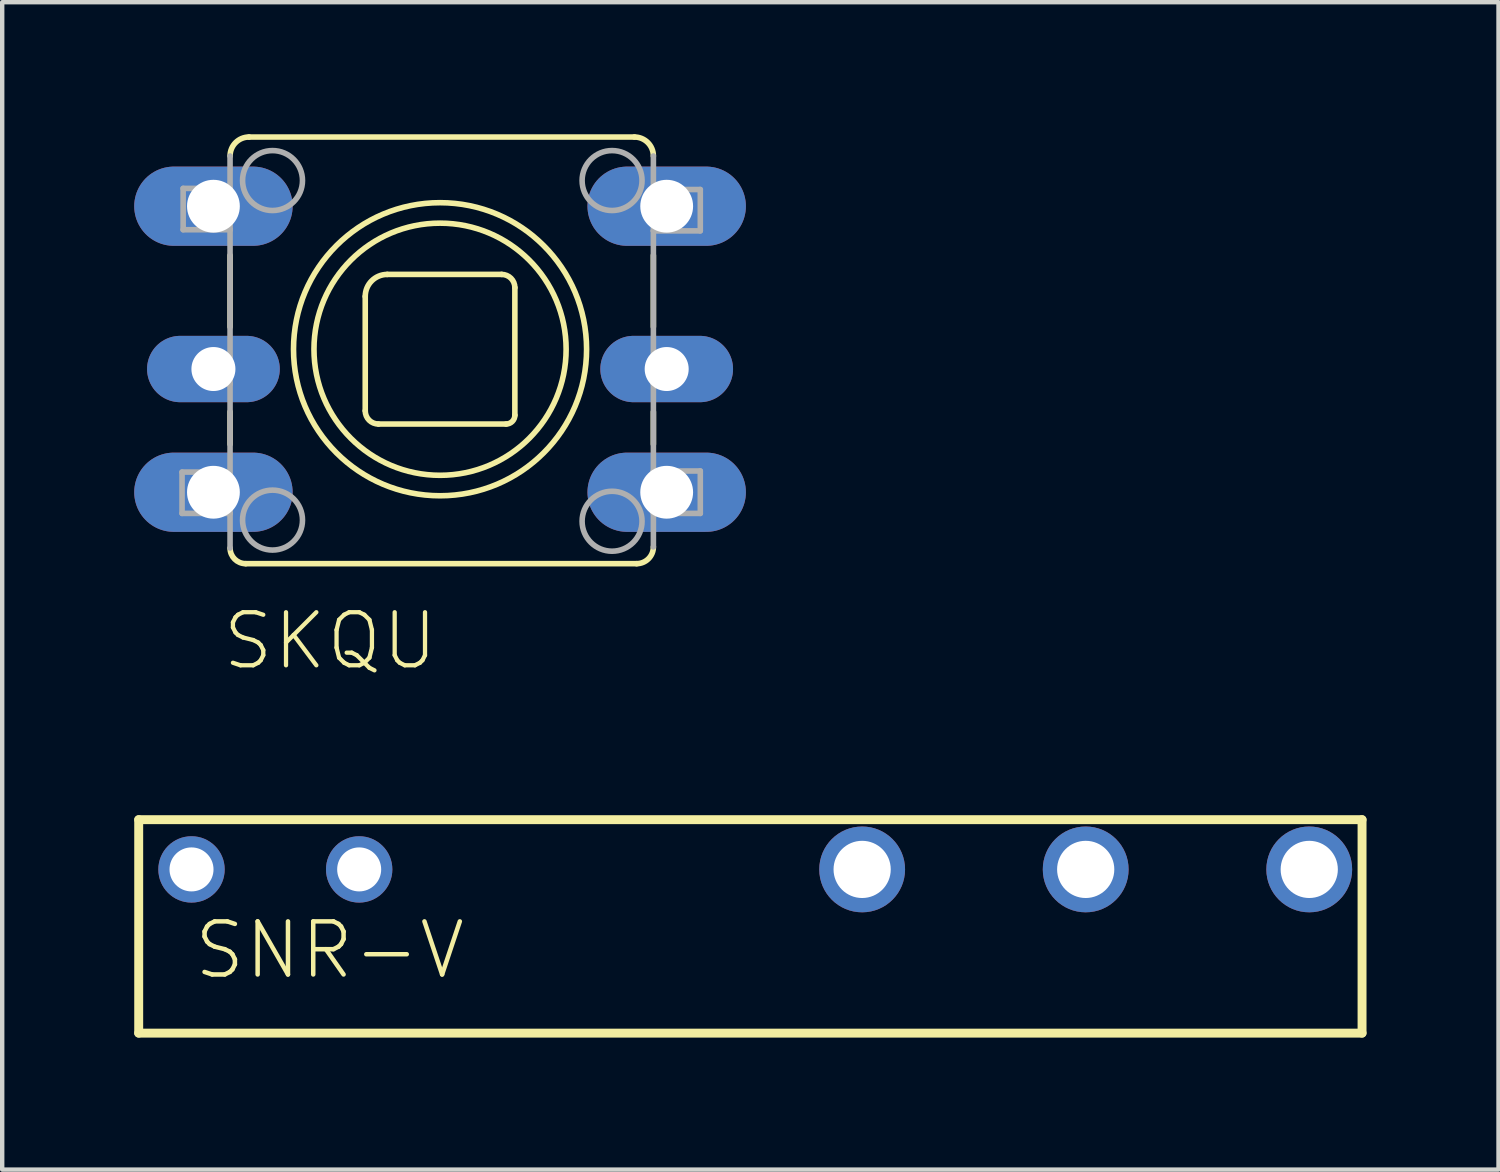
<source format=kicad_pcb>
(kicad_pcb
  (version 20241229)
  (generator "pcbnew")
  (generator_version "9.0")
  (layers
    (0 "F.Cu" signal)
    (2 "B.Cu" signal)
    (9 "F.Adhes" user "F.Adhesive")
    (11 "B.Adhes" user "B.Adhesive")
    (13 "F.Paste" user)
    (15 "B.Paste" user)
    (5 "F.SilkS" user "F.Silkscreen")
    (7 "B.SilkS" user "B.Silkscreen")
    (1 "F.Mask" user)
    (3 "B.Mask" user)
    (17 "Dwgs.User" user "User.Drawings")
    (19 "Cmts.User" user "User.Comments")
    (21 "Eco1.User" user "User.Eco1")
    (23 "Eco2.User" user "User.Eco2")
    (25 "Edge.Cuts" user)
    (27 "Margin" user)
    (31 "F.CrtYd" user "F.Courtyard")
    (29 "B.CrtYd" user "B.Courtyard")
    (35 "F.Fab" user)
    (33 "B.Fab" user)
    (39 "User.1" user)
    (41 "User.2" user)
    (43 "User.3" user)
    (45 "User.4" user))
  (footprint "SKQU"
    (layer "F.Cu")
    (at 6.95 4.886)
    (property "Reference" "SKQU" (at -5 7.335 0) (layer "F.SilkS") (effects (font (size 1.206 1.206) (thickness 0.097)) (justify left bottom)))
    (attr through_hole)
    (fp_line (start -4.772 -2.134) (end -4.772 -0.508) (stroke (width 0.127) (type solid)) (layer "F.SilkS"))
    (fp_line (start -4.772 1.422) (end -4.772 2.159) (stroke (width 0.127) (type solid)) (layer "F.SilkS"))
    (fp_line (start -4.416 4.873) (end 4.467 4.873) (stroke (width 0.127) (type solid)) (layer "F.SilkS"))
    (fp_line (start -1.7 -1.2) (end -1.7 1.4) (stroke (width 0.127) (type solid)) (layer "F.SilkS"))
    (fp_line (start -1.4 1.7) (end 1.5 1.7) (stroke (width 0.127) (type solid)) (layer "F.SilkS"))
    (fp_line (start 1.4 -1.7) (end -1.2 -1.7) (stroke (width 0.127) (type solid)) (layer "F.SilkS"))
    (fp_line (start 1.7 1.5) (end 1.7 -1.4) (stroke (width 0.127) (type solid)) (layer "F.SilkS"))
    (fp_line (start 4.416 -4.822) (end -4.34 -4.822) (stroke (width 0.127) (type solid)) (layer "F.SilkS"))
    (fp_line (start 4.848 -2.134) (end 4.848 -0.508) (stroke (width 0.127) (type solid)) (layer "F.SilkS"))
    (fp_line (start 4.848 1.422) (end 4.848 2.159) (stroke (width 0.127) (type solid)) (layer "F.SilkS"))
    (fp_arc (start -4.771631 -4.390909) (mid -4.645254 -4.69601) (end -4.340153 -4.822387) (stroke (width 0.127) (type solid)) (layer "F.SilkS"))
    (fp_arc (start -4.416294 4.873153) (mid -4.667555 4.769078) (end -4.771631 4.517818) (stroke (width 0.127) (type solid)) (layer "F.SilkS"))
    (fp_arc (start -1.7 -1.2) (mid -1.553553 -1.553553) (end -1.2 -1.7) (stroke (width 0.127) (type solid)) (layer "F.SilkS"))
    (fp_arc (start -1.4 1.7) (mid -1.612132 1.612132) (end -1.7 1.4) (stroke (width 0.127) (type solid)) (layer "F.SilkS"))
    (fp_arc (start 1.4 -1.7) (mid 1.612132 -1.612132) (end 1.7 -1.4) (stroke (width 0.127) (type solid)) (layer "F.SilkS"))
    (fp_arc (start 1.7 1.5) (mid 1.641421 1.641421) (end 1.5 1.7) (stroke (width 0.127) (type solid)) (layer "F.SilkS"))
    (fp_arc (start 4.416291 -4.822387) (mid 4.721391 -4.696011) (end 4.847768 -4.390912) (stroke (width 0.127) (type solid)) (layer "F.SilkS"))
    (fp_arc (start 4.847768 4.492439) (mid 4.73626 4.761644) (end 4.467056 4.873153) (stroke (width 0.127) (type solid)) (layer "F.SilkS"))
    (fp_circle (center 0 0) (end 2.865 0) (stroke (width 0.127) (type solid)) (fill no) (layer "F.SilkS"))
    (fp_circle (center 0 0) (end 3.33 0) (stroke (width 0.127) (type solid)) (fill no) (layer "F.SilkS"))
    (fp_line (start -5.863 2.792) (end -5.863 3.731) (stroke (width 0.127) (type solid)) (layer "F.Fab"))
    (fp_line (start -5.863 3.731) (end -4.772 3.731) (stroke (width 0.127) (type solid)) (layer "F.Fab"))
    (fp_line (start -5.838 -3.655) (end -5.838 -2.716) (stroke (width 0.127) (type solid)) (layer "F.Fab"))
    (fp_line (start -5.838 -2.716) (end -4.772 -2.716) (stroke (width 0.127) (type solid)) (layer "F.Fab"))
    (fp_line (start -5.203 0.178) (end -5.203 0.787) (stroke (width 0.127) (type solid)) (layer "F.Fab"))
    (fp_line (start -5.203 0.787) (end -4.772 0.787) (stroke (width 0.127) (type solid)) (layer "F.Fab"))
    (fp_line (start -4.797 2.792) (end -5.863 2.792) (stroke (width 0.127) (type solid)) (layer "F.Fab"))
    (fp_line (start -4.772 -4.391) (end -4.772 -3.655) (stroke (width 0.127) (type solid)) (layer "F.Fab"))
    (fp_line (start -4.772 -3.655) (end -5.838 -3.655) (stroke (width 0.127) (type solid)) (layer "F.Fab"))
    (fp_line (start -4.772 -3.655) (end -4.772 -2.716) (stroke (width 0.127) (type solid)) (layer "F.Fab"))
    (fp_line (start -4.772 -2.716) (end -4.772 0.178) (stroke (width 0.127) (type solid)) (layer "F.Fab"))
    (fp_line (start -4.772 0.178) (end -5.203 0.178) (stroke (width 0.127) (type solid)) (layer "F.Fab"))
    (fp_line (start -4.772 0.178) (end -4.772 0.787) (stroke (width 0.127) (type solid)) (layer "F.Fab"))
    (fp_line (start -4.772 0.787) (end -4.772 3.731) (stroke (width 0.127) (type solid)) (layer "F.Fab"))
    (fp_line (start -4.772 3.731) (end -4.772 4.518) (stroke (width 0.127) (type solid)) (layer "F.Fab"))
    (fp_line (start 4.848 -3.629) (end 4.848 -4.391) (stroke (width 0.127) (type solid)) (layer "F.Fab"))
    (fp_line (start 4.848 -3.629) (end 5.914 -3.629) (stroke (width 0.127) (type solid)) (layer "F.Fab"))
    (fp_line (start 4.848 -2.69) (end 4.848 -3.629) (stroke (width 0.127) (type solid)) (layer "F.Fab"))
    (fp_line (start 4.848 0.178) (end 4.848 -2.69) (stroke (width 0.127) (type solid)) (layer "F.Fab"))
    (fp_line (start 4.848 0.178) (end 5.305 0.178) (stroke (width 0.127) (type solid)) (layer "F.Fab"))
    (fp_line (start 4.848 0.787) (end 4.848 0.178) (stroke (width 0.127) (type solid)) (layer "F.Fab"))
    (fp_line (start 4.848 2.767) (end 4.848 0.787) (stroke (width 0.127) (type solid)) (layer "F.Fab"))
    (fp_line (start 4.848 2.767) (end 5.914 2.767) (stroke (width 0.127) (type solid)) (layer "F.Fab"))
    (fp_line (start 4.848 3.731) (end 4.848 2.767) (stroke (width 0.127) (type solid)) (layer "F.Fab"))
    (fp_line (start 4.848 4.492) (end 4.848 3.731) (stroke (width 0.127) (type solid)) (layer "F.Fab"))
    (fp_line (start 5.305 0.178) (end 5.305 0.787) (stroke (width 0.127) (type solid)) (layer "F.Fab"))
    (fp_line (start 5.305 0.787) (end 4.848 0.787) (stroke (width 0.127) (type solid)) (layer "F.Fab"))
    (fp_line (start 5.914 -3.629) (end 5.914 -2.69) (stroke (width 0.127) (type solid)) (layer "F.Fab"))
    (fp_line (start 5.914 -2.69) (end 4.848 -2.69) (stroke (width 0.127) (type solid)) (layer "F.Fab"))
    (fp_line (start 5.914 2.767) (end 5.914 3.731) (stroke (width 0.127) (type solid)) (layer "F.Fab"))
    (fp_line (start 5.914 3.731) (end 4.848 3.731) (stroke (width 0.127) (type solid)) (layer "F.Fab"))
    (fp_circle (center -3.807 -3.833) (end -3.126 -3.833) (stroke (width 0.127) (type solid)) (fill no) (layer "F.Fab"))
    (fp_circle (center -3.807 3.883) (end -3.126 3.883) (stroke (width 0.127) (type solid)) (fill no) (layer "F.Fab"))
    (fp_circle (center 3.909 -3.833) (end 4.59 -3.833) (stroke (width 0.127) (type solid)) (fill no) (layer "F.Fab"))
    (fp_circle (center 3.909 3.909) (end 4.59 3.909) (stroke (width 0.127) (type solid)) (fill no) (layer "F.Fab"))
    (pad "CENTER" thru_hole oval (at 5.15 -3.25) (size 3.6 1.8) (drill 1.2) (layers "*.Cu" "*.Mask"))
    (pad "COMMON" thru_hole oval (at 5.15 3.25) (size 3.6 1.8) (drill 1.2) (layers "*.Cu" "*.Mask"))
    (pad "DOWN" thru_hole oval (at -5.15 3.25) (size 3.6 1.8) (drill 1.2) (layers "*.Cu" "*.Mask"))
    (pad "LEFT" thru_hole oval (at -5.15 0.45) (size 3.016 1.508) (drill 1) (layers "*.Cu" "*.Mask"))
    (pad "RIGHT" thru_hole oval (at 5.15 0.45) (size 3.016 1.508) (drill 1) (layers "*.Cu" "*.Mask"))
    (pad "UP" thru_hole oval (at -5.15 -3.25) (size 3.6 1.8) (drill 1.2) (layers "*.Cu" "*.Mask")))
  (footprint "SNR-V"
    (layer "F.Cu")
    (at 14.002 17.977)
    (property "Reference" "SNR-V" (at -12.7 1.27 0) (layer "F.SilkS") (effects (font (size 1.206 1.206) (thickness 0.102)) (justify left bottom)))
    (attr through_hole)
    (fp_line (start -13.9 -2.4) (end 13.9 -2.4) (stroke (width 0.203) (type solid)) (layer "F.SilkS"))
    (fp_line (start -13.9 2.45) (end -13.9 -2.4) (stroke (width 0.203) (type solid)) (layer "F.SilkS"))
    (fp_line (start 13.9 -2.4) (end 13.9 2.45) (stroke (width 0.203) (type solid)) (layer "F.SilkS"))
    (fp_line (start 13.9 2.45) (end -13.9 2.45) (stroke (width 0.203) (type solid)) (layer "F.SilkS"))
    (pad "11" thru_hole circle (at 7.62 -1.27) (size 1.95 1.95) (drill 1.3) (layers "*.Cu" "*.Mask"))
    (pad "12" thru_hole circle (at 2.54 -1.27) (size 1.95 1.95) (drill 1.3) (layers "*.Cu" "*.Mask"))
    (pad "14" thru_hole circle (at 12.7 -1.27) (size 1.95 1.95) (drill 1.3) (layers "*.Cu" "*.Mask"))
    (pad "A1" thru_hole circle (at -12.7 -1.27) (size 1.508 1.508) (drill 1) (layers "*.Cu" "*.Mask"))
    (pad "A2" thru_hole circle (at -8.89 -1.27) (size 1.508 1.508) (drill 1) (layers "*.Cu" "*.Mask")))
  (gr_rect
    (start -3 -3)
    (end 31.003 23.528)
    (stroke (width 0.1) (type default))
    (fill no)
    (layer "Edge.Cuts")))
</source>
